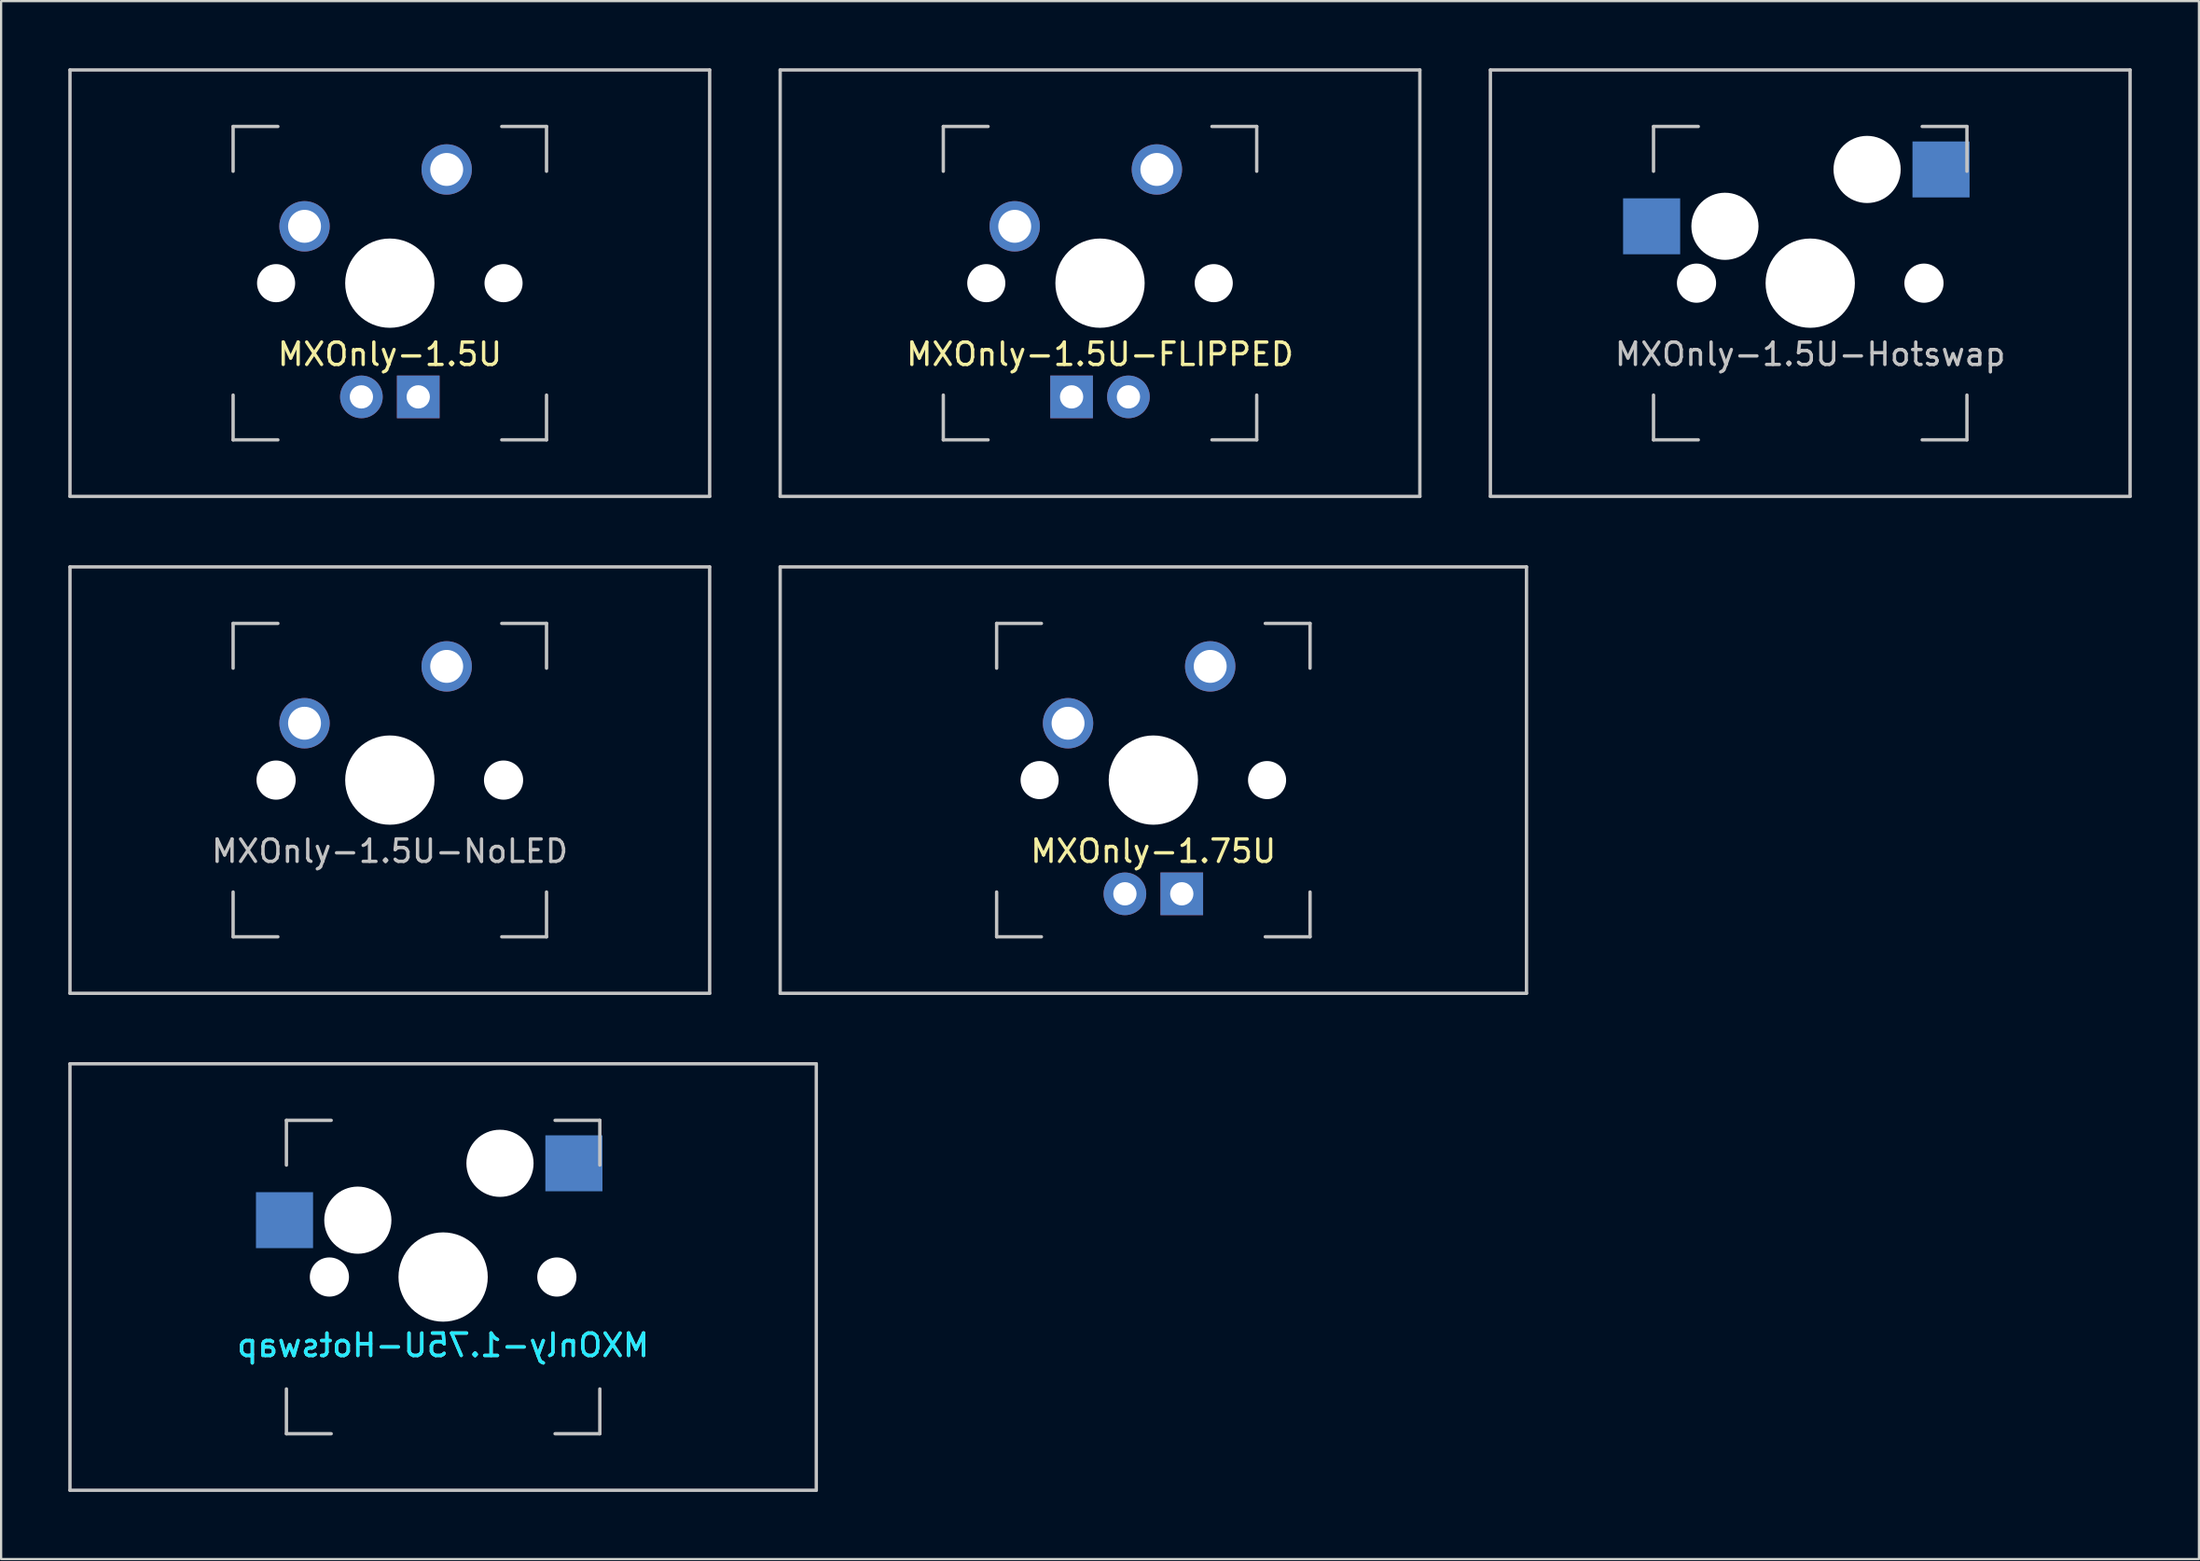
<source format=kicad_pcb>
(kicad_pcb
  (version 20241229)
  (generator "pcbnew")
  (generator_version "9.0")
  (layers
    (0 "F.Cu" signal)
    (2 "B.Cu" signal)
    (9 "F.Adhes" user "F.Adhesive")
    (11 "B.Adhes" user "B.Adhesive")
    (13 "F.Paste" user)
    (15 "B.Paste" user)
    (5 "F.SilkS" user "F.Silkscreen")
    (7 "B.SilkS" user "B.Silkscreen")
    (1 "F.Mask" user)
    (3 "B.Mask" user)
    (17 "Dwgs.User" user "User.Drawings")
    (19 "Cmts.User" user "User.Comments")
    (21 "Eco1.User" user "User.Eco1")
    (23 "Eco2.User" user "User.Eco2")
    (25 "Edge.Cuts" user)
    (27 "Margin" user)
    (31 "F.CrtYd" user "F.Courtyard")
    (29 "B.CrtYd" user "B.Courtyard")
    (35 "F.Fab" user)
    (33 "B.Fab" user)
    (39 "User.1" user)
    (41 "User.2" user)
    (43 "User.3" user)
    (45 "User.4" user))
  (footprint "MXOnly-1.75U"
    (layer "F.Cu")
    (at 48.469 31.8)
    (property "Reference" "MXOnly-1.75U" (at 0 3.175 0) (layer "F.SilkS") (effects (font (size 1 1) (thickness 0.15))))
    (attr through_hole)
    (fp_line (start -16.669 -9.525) (end 16.669 -9.525) (stroke (width 0.15) (type solid)) (layer "Dwgs.User"))
    (fp_line (start -16.669 9.525) (end -16.669 -9.525) (stroke (width 0.15) (type solid)) (layer "Dwgs.User"))
    (fp_line (start -16.669 9.525) (end 16.669 9.525) (stroke (width 0.15) (type solid)) (layer "Dwgs.User"))
    (fp_line (start -7 -7) (end -7 -5) (stroke (width 0.15) (type solid)) (layer "Dwgs.User"))
    (fp_line (start -7 5) (end -7 7) (stroke (width 0.15) (type solid)) (layer "Dwgs.User"))
    (fp_line (start -7 7) (end -5 7) (stroke (width 0.15) (type solid)) (layer "Dwgs.User"))
    (fp_line (start -5 -7) (end -7 -7) (stroke (width 0.15) (type solid)) (layer "Dwgs.User"))
    (fp_line (start 5 -7) (end 7 -7) (stroke (width 0.15) (type solid)) (layer "Dwgs.User"))
    (fp_line (start 5 7) (end 7 7) (stroke (width 0.15) (type solid)) (layer "Dwgs.User"))
    (fp_line (start 7 -7) (end 7 -5) (stroke (width 0.15) (type solid)) (layer "Dwgs.User"))
    (fp_line (start 7 7) (end 7 5) (stroke (width 0.15) (type solid)) (layer "Dwgs.User"))
    (fp_line (start 16.669 -9.525) (end 16.669 9.525) (stroke (width 0.15) (type solid)) (layer "Dwgs.User"))
    (pad "" np_thru_hole circle (at -5.08 0 48.1) (size 1.702 1.702) (drill 1.702) (layers "*.Cu" "*.Mask"))
    (pad "" np_thru_hole circle (at 0 0) (size 3.988 3.988) (drill 3.988) (layers "*.Cu" "*.Mask"))
    (pad "" np_thru_hole circle (at 5.08 0 48.1) (size 1.702 1.702) (drill 1.702) (layers "*.Cu" "*.Mask"))
    (pad "1" thru_hole circle (at -3.81 -2.54) (size 2.25 2.25) (drill 1.47) (layers "*.Cu" "*.Mask"))
    (pad "2" thru_hole circle (at 2.54 -5.08) (size 2.25 2.25) (drill 1.47) (layers "*.Cu" "*.Mask"))
    (pad "3" thru_hole circle (at -1.27 5.08) (size 1.905 1.905) (drill 1.04) (layers "*.Cu" "*.Mask"))
    (pad "4" thru_hole rect (at 1.27 5.08) (size 1.905 1.905) (drill 1.04) (layers "*.Cu" "*.Mask")))
  (footprint "MXOnly-1.5U-Hotswap"
    (layer "F.Cu")
    (at 77.812 9.6)
    (property "Reference" "MXOnly-1.5U-Hotswap" (at 0 3.175 0) (layer "Dwgs.User") (effects (font (size 1 1) (thickness 0.15))))
    (attr through_hole)
    (fp_line (start -14.287 -9.525) (end 14.287 -9.525) (stroke (width 0.15) (type solid)) (layer "Dwgs.User"))
    (fp_line (start -14.287 9.525) (end -14.287 -9.525) (stroke (width 0.15) (type solid)) (layer "Dwgs.User"))
    (fp_line (start -7 -7) (end -7 -5) (stroke (width 0.15) (type solid)) (layer "Dwgs.User"))
    (fp_line (start -7 5) (end -7 7) (stroke (width 0.15) (type solid)) (layer "Dwgs.User"))
    (fp_line (start -7 7) (end -5 7) (stroke (width 0.15) (type solid)) (layer "Dwgs.User"))
    (fp_line (start -5 -7) (end -7 -7) (stroke (width 0.15) (type solid)) (layer "Dwgs.User"))
    (fp_line (start 5 -7) (end 7 -7) (stroke (width 0.15) (type solid)) (layer "Dwgs.User"))
    (fp_line (start 5 7) (end 7 7) (stroke (width 0.15) (type solid)) (layer "Dwgs.User"))
    (fp_line (start 7 -7) (end 7 -5) (stroke (width 0.15) (type solid)) (layer "Dwgs.User"))
    (fp_line (start 7 7) (end 7 5) (stroke (width 0.15) (type solid)) (layer "Dwgs.User"))
    (fp_line (start 14.287 -9.525) (end 14.287 9.525) (stroke (width 0.15) (type solid)) (layer "Dwgs.User"))
    (fp_line (start 14.287 9.525) (end -14.287 9.525) (stroke (width 0.15) (type solid)) (layer "Dwgs.User"))
    (pad "" np_thru_hole circle (at -5.08 0 48.1) (size 1.75 1.75) (drill 1.75) (layers "*.Cu" "*.Mask"))
    (pad "" np_thru_hole circle (at -3.81 -2.54) (size 3 3) (drill 3) (layers "*.Cu" "*.Mask"))
    (pad "" np_thru_hole circle (at 0 0) (size 3.988 3.988) (drill 3.988) (layers "*.Cu" "*.Mask"))
    (pad "" np_thru_hole circle (at 2.54 -5.08) (size 3 3) (drill 3) (layers "*.Cu" "*.Mask"))
    (pad "" np_thru_hole circle (at 5.08 0 48.1) (size 1.75 1.75) (drill 1.75) (layers "*.Cu" "*.Mask"))
    (pad "1" smd rect (at -7.085 -2.54) (size 2.55 2.5) (layers "B.Cu" "B.Mask"))
    (pad "2" smd rect (at 5.842 -5.08) (size 2.55 2.5) (layers "B.Cu" "B.Mask")))
  (footprint "MXOnly-1.5U-FLIPPED"
    (layer "F.Cu")
    (at 46.087 9.6)
    (property "Reference" "MXOnly-1.5U-FLIPPED" (at 0 3.175 0) (layer "F.SilkS") (effects (font (size 1 1) (thickness 0.15))))
    (attr through_hole)
    (fp_line (start -14.287 -9.525) (end 14.287 -9.525) (stroke (width 0.15) (type solid)) (layer "Dwgs.User"))
    (fp_line (start -14.287 9.525) (end -14.287 -9.525) (stroke (width 0.15) (type solid)) (layer "Dwgs.User"))
    (fp_line (start -14.287 9.525) (end 14.287 9.525) (stroke (width 0.15) (type solid)) (layer "Dwgs.User"))
    (fp_line (start -7 -7) (end -7 -5) (stroke (width 0.15) (type solid)) (layer "Dwgs.User"))
    (fp_line (start -7 5) (end -7 7) (stroke (width 0.15) (type solid)) (layer "Dwgs.User"))
    (fp_line (start -7 7) (end -5 7) (stroke (width 0.15) (type solid)) (layer "Dwgs.User"))
    (fp_line (start -5 -7) (end -7 -7) (stroke (width 0.15) (type solid)) (layer "Dwgs.User"))
    (fp_line (start 5 -7) (end 7 -7) (stroke (width 0.15) (type solid)) (layer "Dwgs.User"))
    (fp_line (start 5 7) (end 7 7) (stroke (width 0.15) (type solid)) (layer "Dwgs.User"))
    (fp_line (start 7 -7) (end 7 -5) (stroke (width 0.15) (type solid)) (layer "Dwgs.User"))
    (fp_line (start 7 7) (end 7 5) (stroke (width 0.15) (type solid)) (layer "Dwgs.User"))
    (fp_line (start 14.287 -9.525) (end 14.287 9.525) (stroke (width 0.15) (type solid)) (layer "Dwgs.User"))
    (pad "" np_thru_hole circle (at -5.08 0 48.1) (size 1.702 1.702) (drill 1.702) (layers "*.Cu" "*.Mask"))
    (pad "" np_thru_hole circle (at 0 0) (size 3.988 3.988) (drill 3.988) (layers "*.Cu" "*.Mask"))
    (pad "" np_thru_hole circle (at 5.08 0 48.1) (size 1.702 1.702) (drill 1.702) (layers "*.Cu" "*.Mask"))
    (pad "1" thru_hole circle (at -3.81 -2.54) (size 2.25 2.25) (drill 1.47) (layers "*.Cu" "*.Mask"))
    (pad "2" thru_hole circle (at 2.54 -5.08) (size 2.25 2.25) (drill 1.47) (layers "*.Cu" "*.Mask"))
    (pad "3" thru_hole circle (at 1.27 5.08) (size 1.905 1.905) (drill 1.04) (layers "*.Cu" "*.Mask"))
    (pad "4" thru_hole rect (at -1.27 5.08) (size 1.905 1.905) (drill 1.04) (layers "*.Cu" "*.Mask")))
  (footprint "MXOnly-1.5U"
    (layer "F.Cu")
    (at 14.363 9.6)
    (property "Reference" "MXOnly-1.5U" (at 0 3.175 0) (layer "F.SilkS") (effects (font (size 1 1) (thickness 0.15))))
    (attr through_hole)
    (fp_line (start -14.287 -9.525) (end 14.287 -9.525) (stroke (width 0.15) (type solid)) (layer "Dwgs.User"))
    (fp_line (start -14.287 9.525) (end -14.287 -9.525) (stroke (width 0.15) (type solid)) (layer "Dwgs.User"))
    (fp_line (start -14.287 9.525) (end 14.287 9.525) (stroke (width 0.15) (type solid)) (layer "Dwgs.User"))
    (fp_line (start -7 -7) (end -7 -5) (stroke (width 0.15) (type solid)) (layer "Dwgs.User"))
    (fp_line (start -7 5) (end -7 7) (stroke (width 0.15) (type solid)) (layer "Dwgs.User"))
    (fp_line (start -7 7) (end -5 7) (stroke (width 0.15) (type solid)) (layer "Dwgs.User"))
    (fp_line (start -5 -7) (end -7 -7) (stroke (width 0.15) (type solid)) (layer "Dwgs.User"))
    (fp_line (start 5 -7) (end 7 -7) (stroke (width 0.15) (type solid)) (layer "Dwgs.User"))
    (fp_line (start 5 7) (end 7 7) (stroke (width 0.15) (type solid)) (layer "Dwgs.User"))
    (fp_line (start 7 -7) (end 7 -5) (stroke (width 0.15) (type solid)) (layer "Dwgs.User"))
    (fp_line (start 7 7) (end 7 5) (stroke (width 0.15) (type solid)) (layer "Dwgs.User"))
    (fp_line (start 14.287 -9.525) (end 14.287 9.525) (stroke (width 0.15) (type solid)) (layer "Dwgs.User"))
    (pad "" np_thru_hole circle (at -5.08 0 48.1) (size 1.702 1.702) (drill 1.702) (layers "*.Cu" "*.Mask"))
    (pad "" np_thru_hole circle (at 0 0) (size 3.988 3.988) (drill 3.988) (layers "*.Cu" "*.Mask"))
    (pad "" np_thru_hole circle (at 5.08 0 48.1) (size 1.702 1.702) (drill 1.702) (layers "*.Cu" "*.Mask"))
    (pad "1" thru_hole circle (at -3.81 -2.54) (size 2.25 2.25) (drill 1.47) (layers "*.Cu" "*.Mask"))
    (pad "2" thru_hole circle (at 2.54 -5.08) (size 2.25 2.25) (drill 1.47) (layers "*.Cu" "*.Mask"))
    (pad "3" thru_hole circle (at -1.27 5.08) (size 1.905 1.905) (drill 1.04) (layers "*.Cu" "*.Mask"))
    (pad "4" thru_hole rect (at 1.27 5.08) (size 1.905 1.905) (drill 1.04) (layers "*.Cu" "*.Mask")))
  (footprint "MXOnly-1.5U-NoLED"
    (layer "F.Cu")
    (at 14.363 31.8)
    (property "Reference" "MXOnly-1.5U-NoLED" (at 0 3.175 0) (layer "Dwgs.User") (effects (font (size 1 1) (thickness 0.15))))
    (attr through_hole)
    (fp_line (start -14.287 -9.525) (end 14.287 -9.525) (stroke (width 0.15) (type solid)) (layer "Dwgs.User"))
    (fp_line (start -14.287 9.525) (end -14.287 -9.525) (stroke (width 0.15) (type solid)) (layer "Dwgs.User"))
    (fp_line (start -14.287 9.525) (end 14.287 9.525) (stroke (width 0.15) (type solid)) (layer "Dwgs.User"))
    (fp_line (start -7 -7) (end -7 -5) (stroke (width 0.15) (type solid)) (layer "Dwgs.User"))
    (fp_line (start -7 5) (end -7 7) (stroke (width 0.15) (type solid)) (layer "Dwgs.User"))
    (fp_line (start -7 7) (end -5 7) (stroke (width 0.15) (type solid)) (layer "Dwgs.User"))
    (fp_line (start -5 -7) (end -7 -7) (stroke (width 0.15) (type solid)) (layer "Dwgs.User"))
    (fp_line (start 5 -7) (end 7 -7) (stroke (width 0.15) (type solid)) (layer "Dwgs.User"))
    (fp_line (start 5 7) (end 7 7) (stroke (width 0.15) (type solid)) (layer "Dwgs.User"))
    (fp_line (start 7 -7) (end 7 -5) (stroke (width 0.15) (type solid)) (layer "Dwgs.User"))
    (fp_line (start 7 7) (end 7 5) (stroke (width 0.15) (type solid)) (layer "Dwgs.User"))
    (fp_line (start 14.287 -9.525) (end 14.287 9.525) (stroke (width 0.15) (type solid)) (layer "Dwgs.User"))
    (pad "" np_thru_hole circle (at -5.08 0 48.1) (size 1.75 1.75) (drill 1.75) (layers "*.Cu" "*.Mask"))
    (pad "" np_thru_hole circle (at 0 0) (size 3.988 3.988) (drill 3.988) (layers "*.Cu" "*.Mask"))
    (pad "" np_thru_hole circle (at 5.08 0 48.1) (size 1.75 1.75) (drill 1.75) (layers "*.Cu" "*.Mask"))
    (pad "1" thru_hole circle (at -3.81 -2.54) (size 2.25 2.25) (drill 1.47) (layers "*.Cu" "B.Mask"))
    (pad "2" thru_hole circle (at 2.54 -5.08) (size 2.25 2.25) (drill 1.47) (layers "*.Cu" "B.Mask")))
  (footprint "MXOnly-1.75U-Hotswap"
    (layer "F.Cu")
    (at 16.744 54)
    (property "Reference" "MXOnly-1.75U-Hotswap" (at 0 3.048 0) (layer "B.SilkS") (effects (font (size 1 1) (thickness 0.15)) (justify mirror)))
    (attr smd)
    (fp_line (start -16.669 -9.525) (end 16.669 -9.525) (stroke (width 0.15) (type solid)) (layer "Dwgs.User"))
    (fp_line (start -16.669 9.525) (end -16.669 -9.525) (stroke (width 0.15) (type solid)) (layer "Dwgs.User"))
    (fp_line (start -7 -7) (end -7 -5) (stroke (width 0.15) (type solid)) (layer "Dwgs.User"))
    (fp_line (start -7 5) (end -7 7) (stroke (width 0.15) (type solid)) (layer "Dwgs.User"))
    (fp_line (start -7 7) (end -5 7) (stroke (width 0.15) (type solid)) (layer "Dwgs.User"))
    (fp_line (start -5 -7) (end -7 -7) (stroke (width 0.15) (type solid)) (layer "Dwgs.User"))
    (fp_line (start 5 -7) (end 7 -7) (stroke (width 0.15) (type solid)) (layer "Dwgs.User"))
    (fp_line (start 5 7) (end 7 7) (stroke (width 0.15) (type solid)) (layer "Dwgs.User"))
    (fp_line (start 7 -7) (end 7 -5) (stroke (width 0.15) (type solid)) (layer "Dwgs.User"))
    (fp_line (start 7 7) (end 7 5) (stroke (width 0.15) (type solid)) (layer "Dwgs.User"))
    (fp_line (start 16.669 -9.525) (end 16.669 9.525) (stroke (width 0.15) (type solid)) (layer "Dwgs.User"))
    (fp_line (start 16.669 9.525) (end -16.669 9.525) (stroke (width 0.15) (type solid)) (layer "Dwgs.User"))
    (fp_text user "${REFERENCE}" (at 0 3.048 0) (layer "B.CrtYd") (effects (font (size 1 1) (thickness 0.15)) (justify mirror)))
    (pad "" np_thru_hole circle (at -5.08 0 48.1) (size 1.75 1.75) (drill 1.75) (layers "*.Cu" "*.Mask"))
    (pad "" np_thru_hole circle (at -3.81 -2.54) (size 3 3) (drill 3) (layers "*.Cu" "*.Mask"))
    (pad "" np_thru_hole circle (at 0 0) (size 3.988 3.988) (drill 3.988) (layers "*.Cu" "*.Mask"))
    (pad "" np_thru_hole circle (at 2.54 -5.08) (size 3 3) (drill 3) (layers "*.Cu" "*.Mask"))
    (pad "" np_thru_hole circle (at 5.08 0 48.1) (size 1.75 1.75) (drill 1.75) (layers "*.Cu" "*.Mask"))
    (pad "1" smd rect (at -7.085 -2.54) (size 2.55 2.5) (layers "B.Cu" "B.Mask" "B.Paste"))
    (pad "2" smd rect (at 5.842 -5.08) (size 2.55 2.5) (layers "B.Cu" "B.Mask" "B.Paste")))
  (gr_rect
    (start -3 -3)
    (end 95.175 66.6)
    (stroke (width 0.1) (type default))
    (fill no)
    (layer "Edge.Cuts")))
</source>
